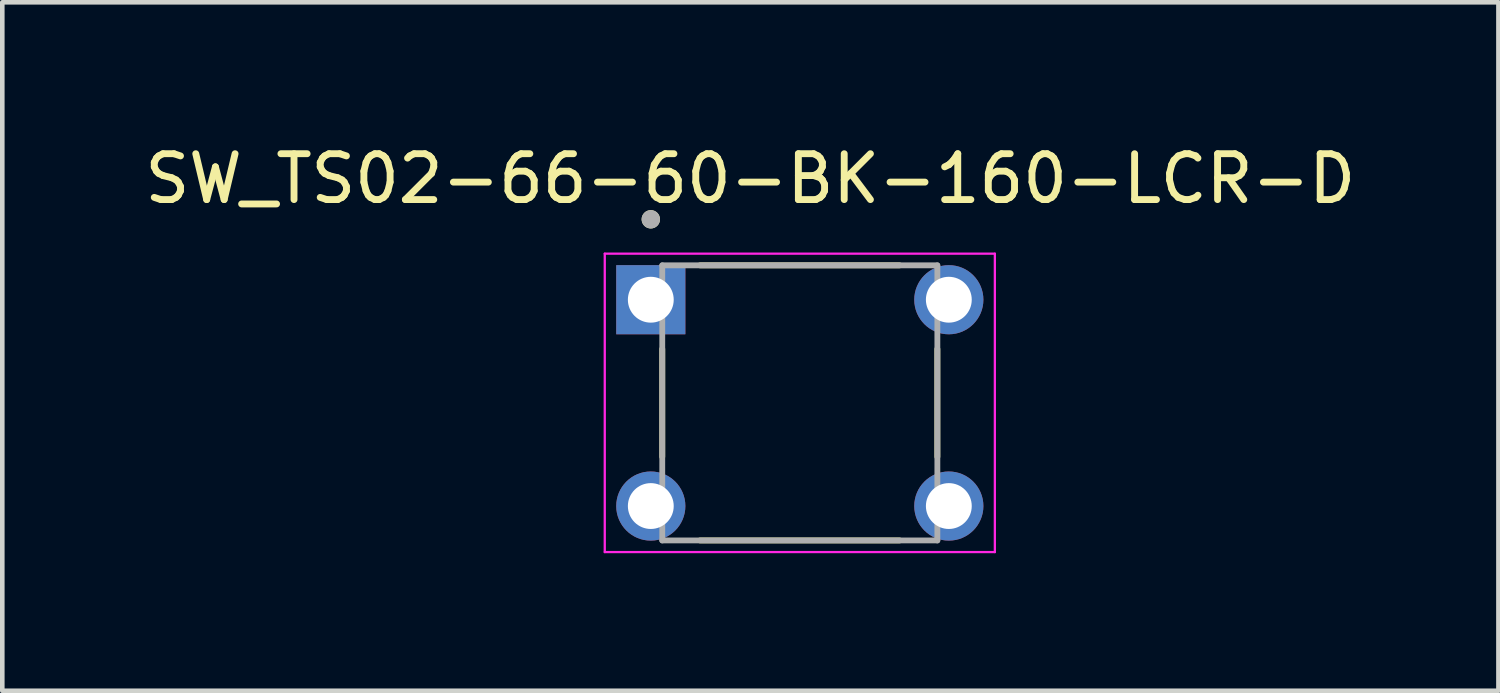
<source format=kicad_pcb>
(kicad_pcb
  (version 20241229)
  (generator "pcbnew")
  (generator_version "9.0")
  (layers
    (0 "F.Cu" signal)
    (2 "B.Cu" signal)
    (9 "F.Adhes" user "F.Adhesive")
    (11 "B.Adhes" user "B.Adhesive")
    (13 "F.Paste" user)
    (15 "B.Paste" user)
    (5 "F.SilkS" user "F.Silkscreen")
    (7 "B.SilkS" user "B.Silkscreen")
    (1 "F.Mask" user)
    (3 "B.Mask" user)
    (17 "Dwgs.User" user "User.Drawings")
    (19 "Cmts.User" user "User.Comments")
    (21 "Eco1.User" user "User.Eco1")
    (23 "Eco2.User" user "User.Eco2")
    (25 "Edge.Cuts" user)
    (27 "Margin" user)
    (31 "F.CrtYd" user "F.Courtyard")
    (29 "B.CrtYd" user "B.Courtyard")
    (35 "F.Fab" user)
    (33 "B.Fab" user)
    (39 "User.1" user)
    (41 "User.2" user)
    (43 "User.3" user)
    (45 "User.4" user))
  (footprint "SW_TS02-66-60-BK-160-LCR-D"
    (layer "F.Cu")
    (at 14.394 5.737)
    (property "Reference" "SW_TS02-66-60-BK-160-LCR-D" (at -1.079 -4.889 0) (layer "F.SilkS") (effects (font (size 1 1) (thickness 0.15))))
    (attr through_hole)
    (fp_line (start -3 -1.176) (end -3 1.176) (stroke (width 0.127) (type solid)) (layer "F.SilkS"))
    (fp_line (start -2.176 -3) (end 2.176 -3) (stroke (width 0.127) (type solid)) (layer "F.SilkS"))
    (fp_line (start -2.176 3) (end 2.176 3) (stroke (width 0.127) (type solid)) (layer "F.SilkS"))
    (fp_line (start 3 -1.176) (end 3 1.176) (stroke (width 0.127) (type solid)) (layer "F.SilkS"))
    (fp_circle (center -3.25 -4.004) (end -3.15 -4.004) (stroke (width 0.2) (type solid)) (fill no) (layer "F.SilkS"))
    (fp_line (start -4.254 -3.254) (end -4.254 3.254) (stroke (width 0.05) (type solid)) (layer "F.CrtYd"))
    (fp_line (start -4.254 3.254) (end 4.254 3.254) (stroke (width 0.05) (type solid)) (layer "F.CrtYd"))
    (fp_line (start 4.254 -3.254) (end -4.254 -3.254) (stroke (width 0.05) (type solid)) (layer "F.CrtYd"))
    (fp_line (start 4.254 3.254) (end 4.254 -3.254) (stroke (width 0.05) (type solid)) (layer "F.CrtYd"))
    (fp_line (start -3 -3) (end 3 -3) (stroke (width 0.127) (type solid)) (layer "F.Fab"))
    (fp_line (start -3 3) (end -3 -3) (stroke (width 0.127) (type solid)) (layer "F.Fab"))
    (fp_line (start 3 -3) (end 3 3) (stroke (width 0.127) (type solid)) (layer "F.Fab"))
    (fp_line (start 3 3) (end -3 3) (stroke (width 0.127) (type solid)) (layer "F.Fab"))
    (fp_circle (center -3.25 -4.004) (end -3.15 -4.004) (stroke (width 0.2) (type solid)) (fill no) (layer "F.Fab"))
    (pad "1" thru_hole rect (at -3.25 -2.25) (size 1.508 1.508) (drill 1) (layers "*.Cu" "*.Mask"))
    (pad "2" thru_hole circle (at 3.25 -2.25) (size 1.508 1.508) (drill 1) (layers "*.Cu" "*.Mask"))
    (pad "3" thru_hole circle (at -3.25 2.25) (size 1.508 1.508) (drill 1) (layers "*.Cu" "*.Mask"))
    (pad "4" thru_hole circle (at 3.25 2.25) (size 1.508 1.508) (drill 1) (layers "*.Cu" "*.Mask")))
  (gr_rect
    (start -3 -3)
    (end 29.631 12.016)
    (stroke (width 0.1) (type default))
    (fill no)
    (layer "Edge.Cuts")))
</source>
